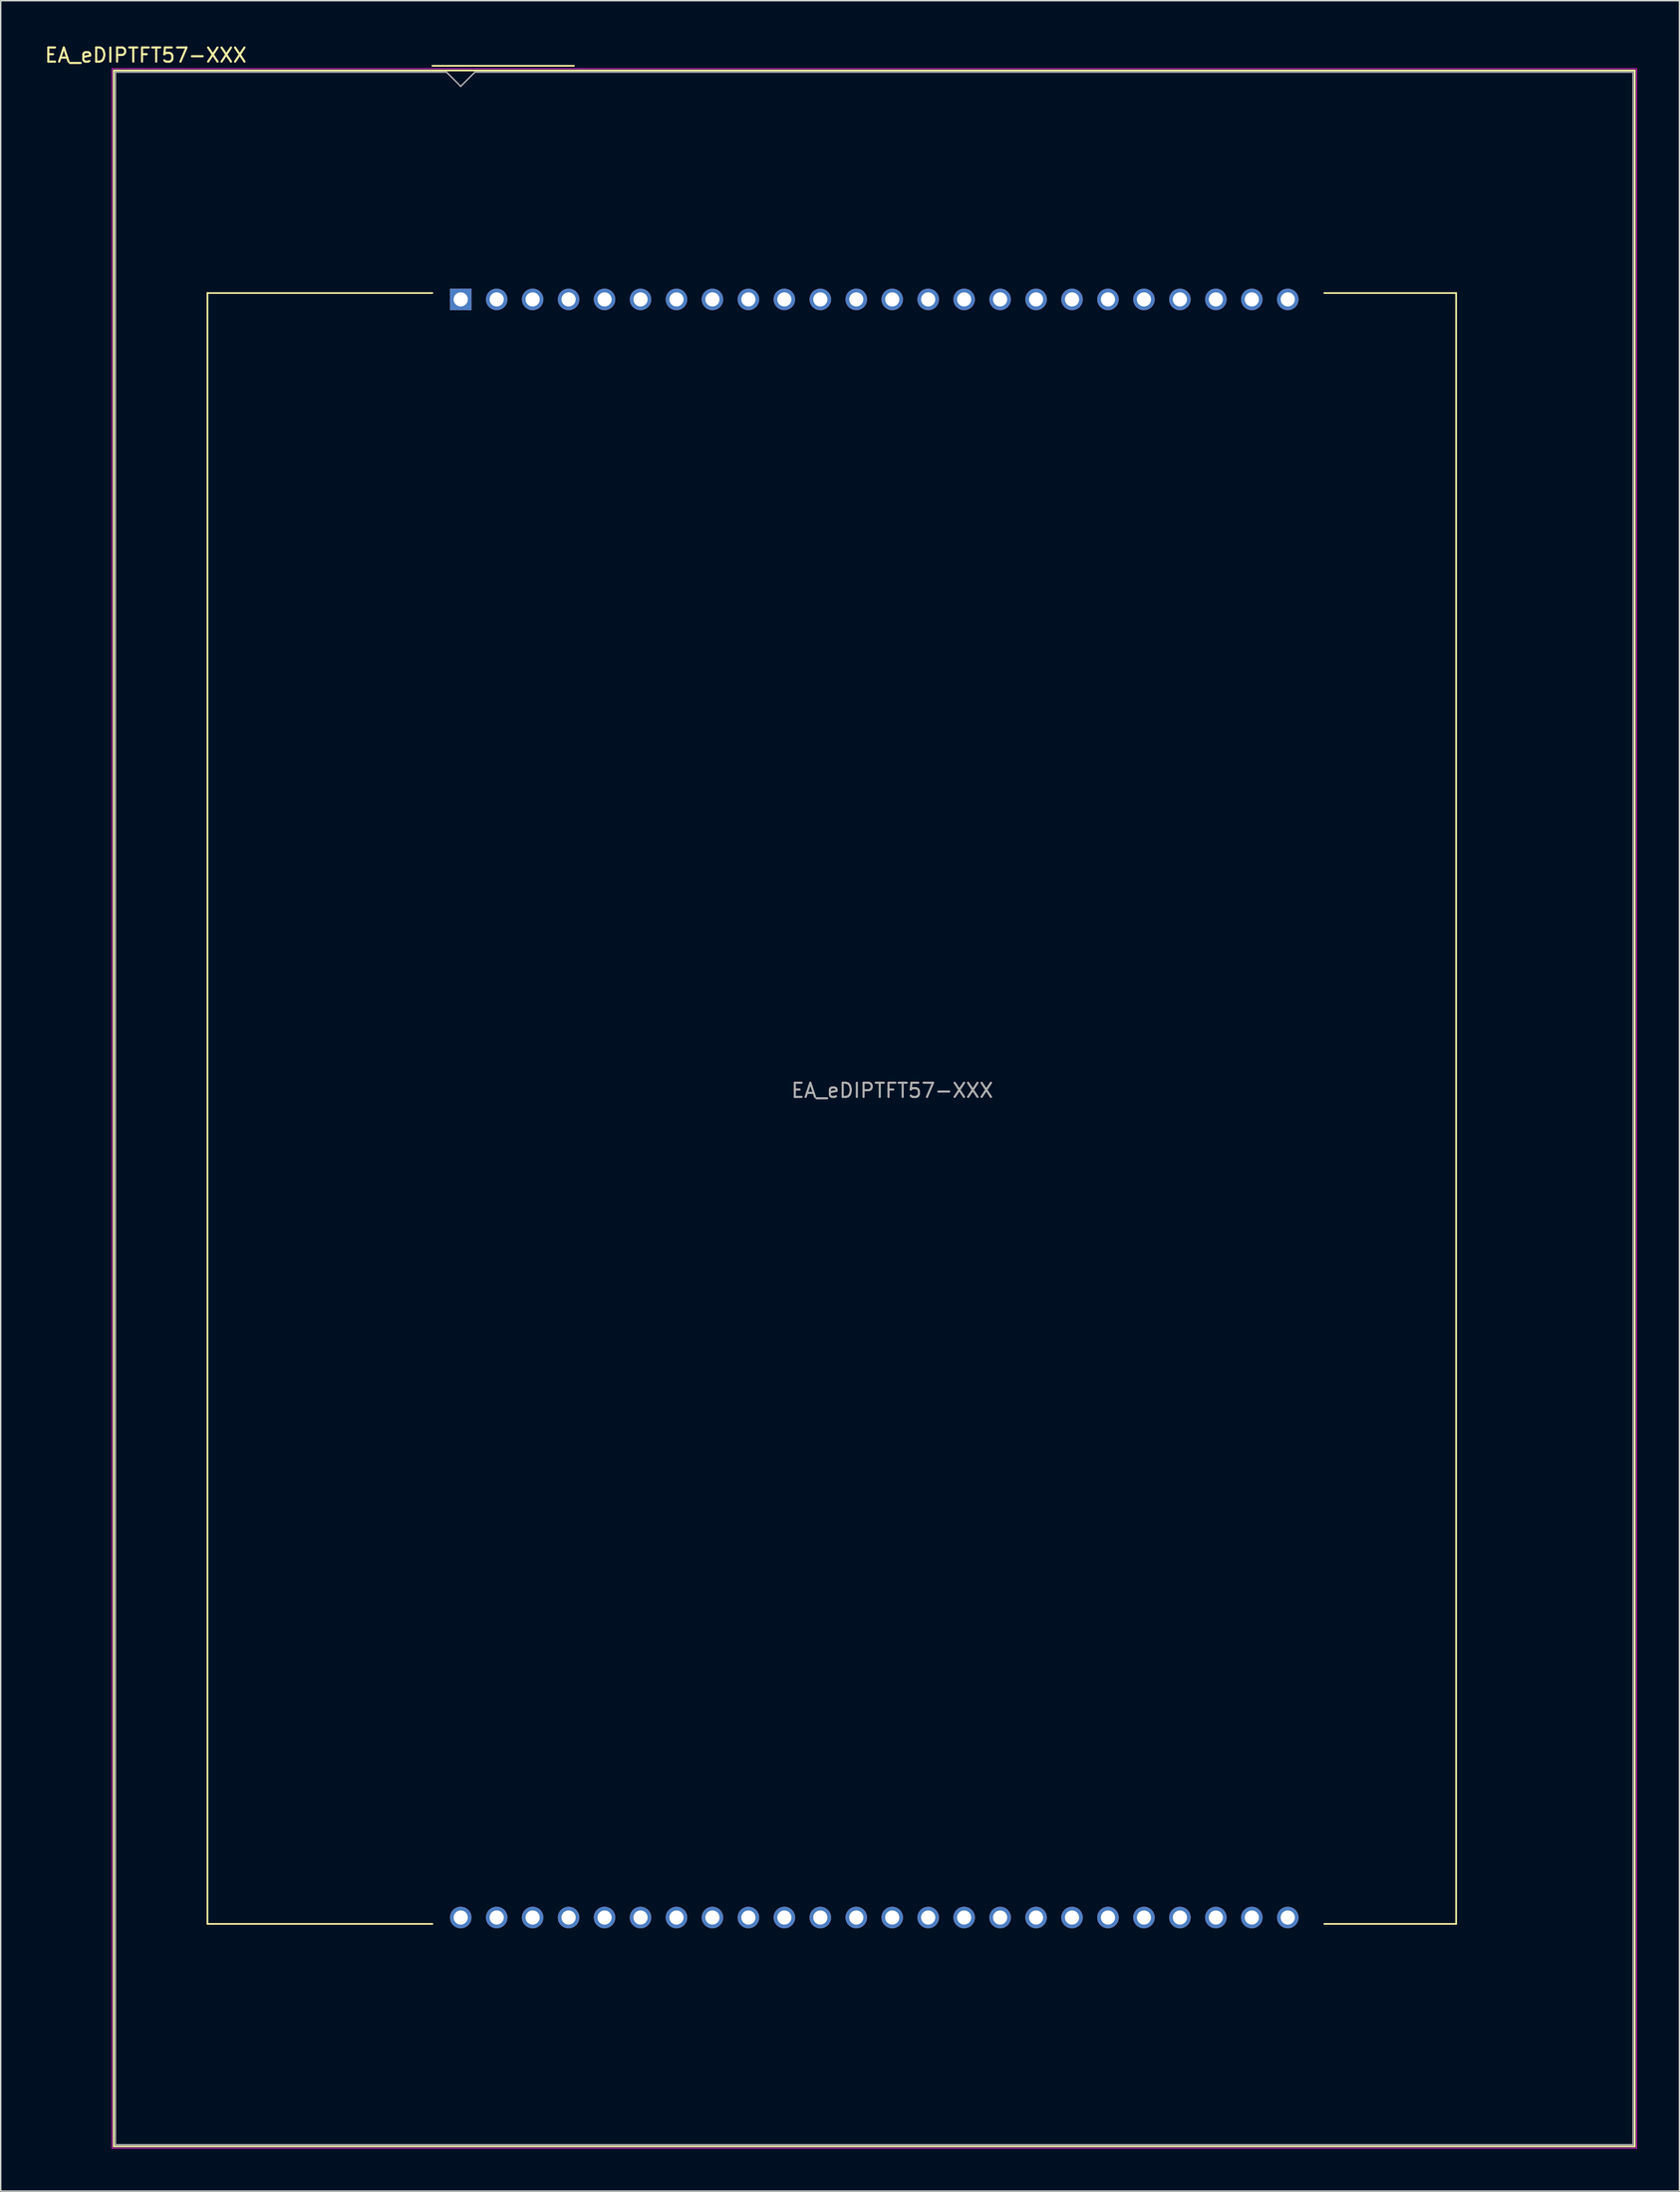
<source format=kicad_pcb>
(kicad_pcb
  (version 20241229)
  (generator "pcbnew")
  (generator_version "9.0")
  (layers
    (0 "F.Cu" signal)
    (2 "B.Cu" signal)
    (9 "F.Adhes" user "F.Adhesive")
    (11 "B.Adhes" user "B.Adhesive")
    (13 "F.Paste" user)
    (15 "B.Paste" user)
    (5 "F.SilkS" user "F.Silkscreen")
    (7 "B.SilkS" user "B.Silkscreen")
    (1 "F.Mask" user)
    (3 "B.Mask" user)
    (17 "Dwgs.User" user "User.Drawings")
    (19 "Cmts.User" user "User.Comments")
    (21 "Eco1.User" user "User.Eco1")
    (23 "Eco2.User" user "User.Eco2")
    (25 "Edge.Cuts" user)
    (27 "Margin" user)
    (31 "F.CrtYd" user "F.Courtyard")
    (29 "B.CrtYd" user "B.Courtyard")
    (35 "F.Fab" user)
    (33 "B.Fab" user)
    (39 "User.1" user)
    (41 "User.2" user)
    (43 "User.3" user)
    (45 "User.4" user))
  (footprint "EA_eDIPTFT57-XXX"
    (layer "F.Cu")
    (at 29.494 18.098)
    (property "Reference" "EA_eDIPTFT57-XXX" (at -22.25 -17.25 0) (layer "F.SilkS") (effects (font (size 1 1) (thickness 0.15))))
    (attr through_hole)
    (fp_line (start -24.51 -16.17) (end 82.93 -16.17) (stroke (width 0.12) (type solid)) (layer "F.SilkS"))
    (fp_line (start -24.51 130.47) (end -24.51 -16.17) (stroke (width 0.12) (type solid)) (layer "F.SilkS"))
    (fp_line (start -17.89 -0.45) (end -2 -0.45) (stroke (width 0.12) (type solid)) (layer "F.SilkS"))
    (fp_line (start -17.89 114.75) (end -17.89 -0.45) (stroke (width 0.12) (type solid)) (layer "F.SilkS"))
    (fp_line (start -2 -16.5) (end 8 -16.5) (stroke (width 0.12) (type solid)) (layer "F.SilkS"))
    (fp_line (start -2 114.75) (end -17.89 114.75) (stroke (width 0.12) (type solid)) (layer "F.SilkS"))
    (fp_line (start 61 -0.45) (end 70.31 -0.45) (stroke (width 0.12) (type solid)) (layer "F.SilkS"))
    (fp_line (start 61 114.75) (end 70.31 114.75) (stroke (width 0.12) (type solid)) (layer "F.SilkS"))
    (fp_line (start 70.31 -0.45) (end 70.31 114.75) (stroke (width 0.12) (type solid)) (layer "F.SilkS"))
    (fp_line (start 82.93 -16.17) (end 82.93 130.47) (stroke (width 0.12) (type solid)) (layer "F.SilkS"))
    (fp_line (start 82.93 130.47) (end -24.51 130.47) (stroke (width 0.12) (type solid)) (layer "F.SilkS"))
    (fp_line (start -24.64 -16.3) (end 83.06 -16.3) (stroke (width 0.05) (type solid)) (layer "F.CrtYd"))
    (fp_line (start -24.64 130.6) (end -24.64 -16.3) (stroke (width 0.05) (type solid)) (layer "F.CrtYd"))
    (fp_line (start 83.06 -16.3) (end 83.06 130.6) (stroke (width 0.05) (type solid)) (layer "F.CrtYd"))
    (fp_line (start 83.06 130.6) (end -24.64 130.6) (stroke (width 0.05) (type solid)) (layer "F.CrtYd"))
    (fp_line (start -24.39 -16.05) (end -1 -16.05) (stroke (width 0.1) (type solid)) (layer "F.Fab"))
    (fp_line (start -24.39 130.35) (end -24.39 -16.05) (stroke (width 0.1) (type solid)) (layer "F.Fab"))
    (fp_line (start 0 -15.05) (end -1 -16.05) (stroke (width 0.1) (type solid)) (layer "F.Fab"))
    (fp_line (start 0 -15.05) (end 1 -16.05) (stroke (width 0.1) (type solid)) (layer "F.Fab"))
    (fp_line (start 1 -16.05) (end 82.81 -16.05) (stroke (width 0.1) (type solid)) (layer "F.Fab"))
    (fp_line (start 82.81 -16.05) (end 82.81 130.35) (stroke (width 0.1) (type solid)) (layer "F.Fab"))
    (fp_line (start 82.81 130.35) (end -24.39 130.35) (stroke (width 0.1) (type solid)) (layer "F.Fab"))
    (fp_text user "${REFERENCE}" (at 30.48 55.88 0) (layer "F.Fab") (effects (font (size 1 1) (thickness 0.15))))
    (pad "1" thru_hole rect (at 0 0) (size 1.524 1.524) (drill 1) (layers "*.Cu" "*.Mask"))
    (pad "2" thru_hole circle (at 2.54 0) (size 1.524 1.524) (drill 1) (layers "*.Cu" "*.Mask"))
    (pad "3" thru_hole circle (at 5.08 0) (size 1.524 1.524) (drill 1) (layers "*.Cu" "*.Mask"))
    (pad "4" thru_hole circle (at 7.62 0) (size 1.524 1.524) (drill 1) (layers "*.Cu" "*.Mask"))
    (pad "5" thru_hole circle (at 10.16 0) (size 1.524 1.524) (drill 1) (layers "*.Cu" "*.Mask"))
    (pad "6" thru_hole circle (at 12.7 0) (size 1.524 1.524) (drill 1) (layers "*.Cu" "*.Mask"))
    (pad "7" thru_hole circle (at 15.24 0) (size 1.524 1.524) (drill 1) (layers "*.Cu" "*.Mask"))
    (pad "8" thru_hole circle (at 17.78 0) (size 1.524 1.524) (drill 1) (layers "*.Cu" "*.Mask"))
    (pad "9" thru_hole circle (at 20.32 0) (size 1.524 1.524) (drill 1) (layers "*.Cu" "*.Mask"))
    (pad "10" thru_hole circle (at 22.86 0) (size 1.524 1.524) (drill 1) (layers "*.Cu" "*.Mask"))
    (pad "11" thru_hole circle (at 25.4 0) (size 1.524 1.524) (drill 1) (layers "*.Cu" "*.Mask"))
    (pad "12" thru_hole circle (at 27.94 0) (size 1.524 1.524) (drill 1) (layers "*.Cu" "*.Mask"))
    (pad "13" thru_hole circle (at 30.48 0) (size 1.524 1.524) (drill 1) (layers "*.Cu" "*.Mask"))
    (pad "14" thru_hole circle (at 33.02 0) (size 1.524 1.524) (drill 1) (layers "*.Cu" "*.Mask"))
    (pad "15" thru_hole circle (at 35.56 0) (size 1.524 1.524) (drill 1) (layers "*.Cu" "*.Mask"))
    (pad "16" thru_hole circle (at 38.1 0) (size 1.524 1.524) (drill 1) (layers "*.Cu" "*.Mask"))
    (pad "17" thru_hole circle (at 40.64 0) (size 1.524 1.524) (drill 1) (layers "*.Cu" "*.Mask"))
    (pad "18" thru_hole circle (at 43.18 0) (size 1.524 1.524) (drill 1) (layers "*.Cu" "*.Mask"))
    (pad "19" thru_hole circle (at 45.72 0) (size 1.524 1.524) (drill 1) (layers "*.Cu" "*.Mask"))
    (pad "20" thru_hole circle (at 48.26 0) (size 1.524 1.524) (drill 1) (layers "*.Cu" "*.Mask"))
    (pad "21" thru_hole circle (at 50.8 0) (size 1.524 1.524) (drill 1) (layers "*.Cu" "*.Mask"))
    (pad "22" thru_hole circle (at 53.34 0) (size 1.524 1.524) (drill 1) (layers "*.Cu" "*.Mask"))
    (pad "23" thru_hole circle (at 55.88 0) (size 1.524 1.524) (drill 1) (layers "*.Cu" "*.Mask"))
    (pad "24" thru_hole circle (at 58.42 0) (size 1.524 1.524) (drill 1) (layers "*.Cu" "*.Mask"))
    (pad "25" thru_hole circle (at 58.42 114.3) (size 1.524 1.524) (drill 1) (layers "*.Cu" "*.Mask"))
    (pad "26" thru_hole circle (at 55.88 114.3) (size 1.524 1.524) (drill 1) (layers "*.Cu" "*.Mask"))
    (pad "27" thru_hole circle (at 53.34 114.3) (size 1.524 1.524) (drill 1) (layers "*.Cu" "*.Mask"))
    (pad "28" thru_hole circle (at 50.8 114.3) (size 1.524 1.524) (drill 1) (layers "*.Cu" "*.Mask"))
    (pad "29" thru_hole circle (at 48.26 114.3) (size 1.524 1.524) (drill 1) (layers "*.Cu" "*.Mask"))
    (pad "30" thru_hole circle (at 45.72 114.3) (size 1.524 1.524) (drill 1) (layers "*.Cu" "*.Mask"))
    (pad "31" thru_hole circle (at 43.18 114.3) (size 1.524 1.524) (drill 1) (layers "*.Cu" "*.Mask"))
    (pad "32" thru_hole circle (at 40.64 114.3) (size 1.524 1.524) (drill 1) (layers "*.Cu" "*.Mask"))
    (pad "33" thru_hole circle (at 38.1 114.3) (size 1.524 1.524) (drill 1) (layers "*.Cu" "*.Mask"))
    (pad "34" thru_hole circle (at 35.56 114.3) (size 1.524 1.524) (drill 1) (layers "*.Cu" "*.Mask"))
    (pad "35" thru_hole circle (at 33.02 114.3) (size 1.524 1.524) (drill 1) (layers "*.Cu" "*.Mask"))
    (pad "36" thru_hole circle (at 30.48 114.3) (size 1.524 1.524) (drill 1) (layers "*.Cu" "*.Mask"))
    (pad "37" thru_hole circle (at 27.94 114.3) (size 1.524 1.524) (drill 1) (layers "*.Cu" "*.Mask"))
    (pad "38" thru_hole circle (at 25.4 114.3) (size 1.524 1.524) (drill 1) (layers "*.Cu" "*.Mask"))
    (pad "39" thru_hole circle (at 22.86 114.3) (size 1.524 1.524) (drill 1) (layers "*.Cu" "*.Mask"))
    (pad "40" thru_hole circle (at 20.32 114.3) (size 1.524 1.524) (drill 1) (layers "*.Cu" "*.Mask"))
    (pad "41" thru_hole circle (at 17.78 114.3) (size 1.524 1.524) (drill 1) (layers "*.Cu" "*.Mask"))
    (pad "42" thru_hole circle (at 15.24 114.3) (size 1.524 1.524) (drill 1) (layers "*.Cu" "*.Mask"))
    (pad "43" thru_hole circle (at 12.7 114.3) (size 1.524 1.524) (drill 1) (layers "*.Cu" "*.Mask"))
    (pad "44" thru_hole circle (at 10.16 114.3) (size 1.524 1.524) (drill 1) (layers "*.Cu" "*.Mask"))
    (pad "45" thru_hole circle (at 7.62 114.3) (size 1.524 1.524) (drill 1) (layers "*.Cu" "*.Mask"))
    (pad "46" thru_hole circle (at 5.08 114.3) (size 1.524 1.524) (drill 1) (layers "*.Cu" "*.Mask"))
    (pad "47" thru_hole circle (at 2.54 114.3) (size 1.524 1.524) (drill 1) (layers "*.Cu" "*.Mask"))
    (pad "48" thru_hole circle (at 0 114.3) (size 1.524 1.524) (drill 1) (layers "*.Cu" "*.Mask")))
  (gr_rect
    (start -3 -3)
    (end 115.579 151.723)
    (stroke (width 0.1) (type default))
    (fill no)
    (layer "Edge.Cuts")))
</source>
